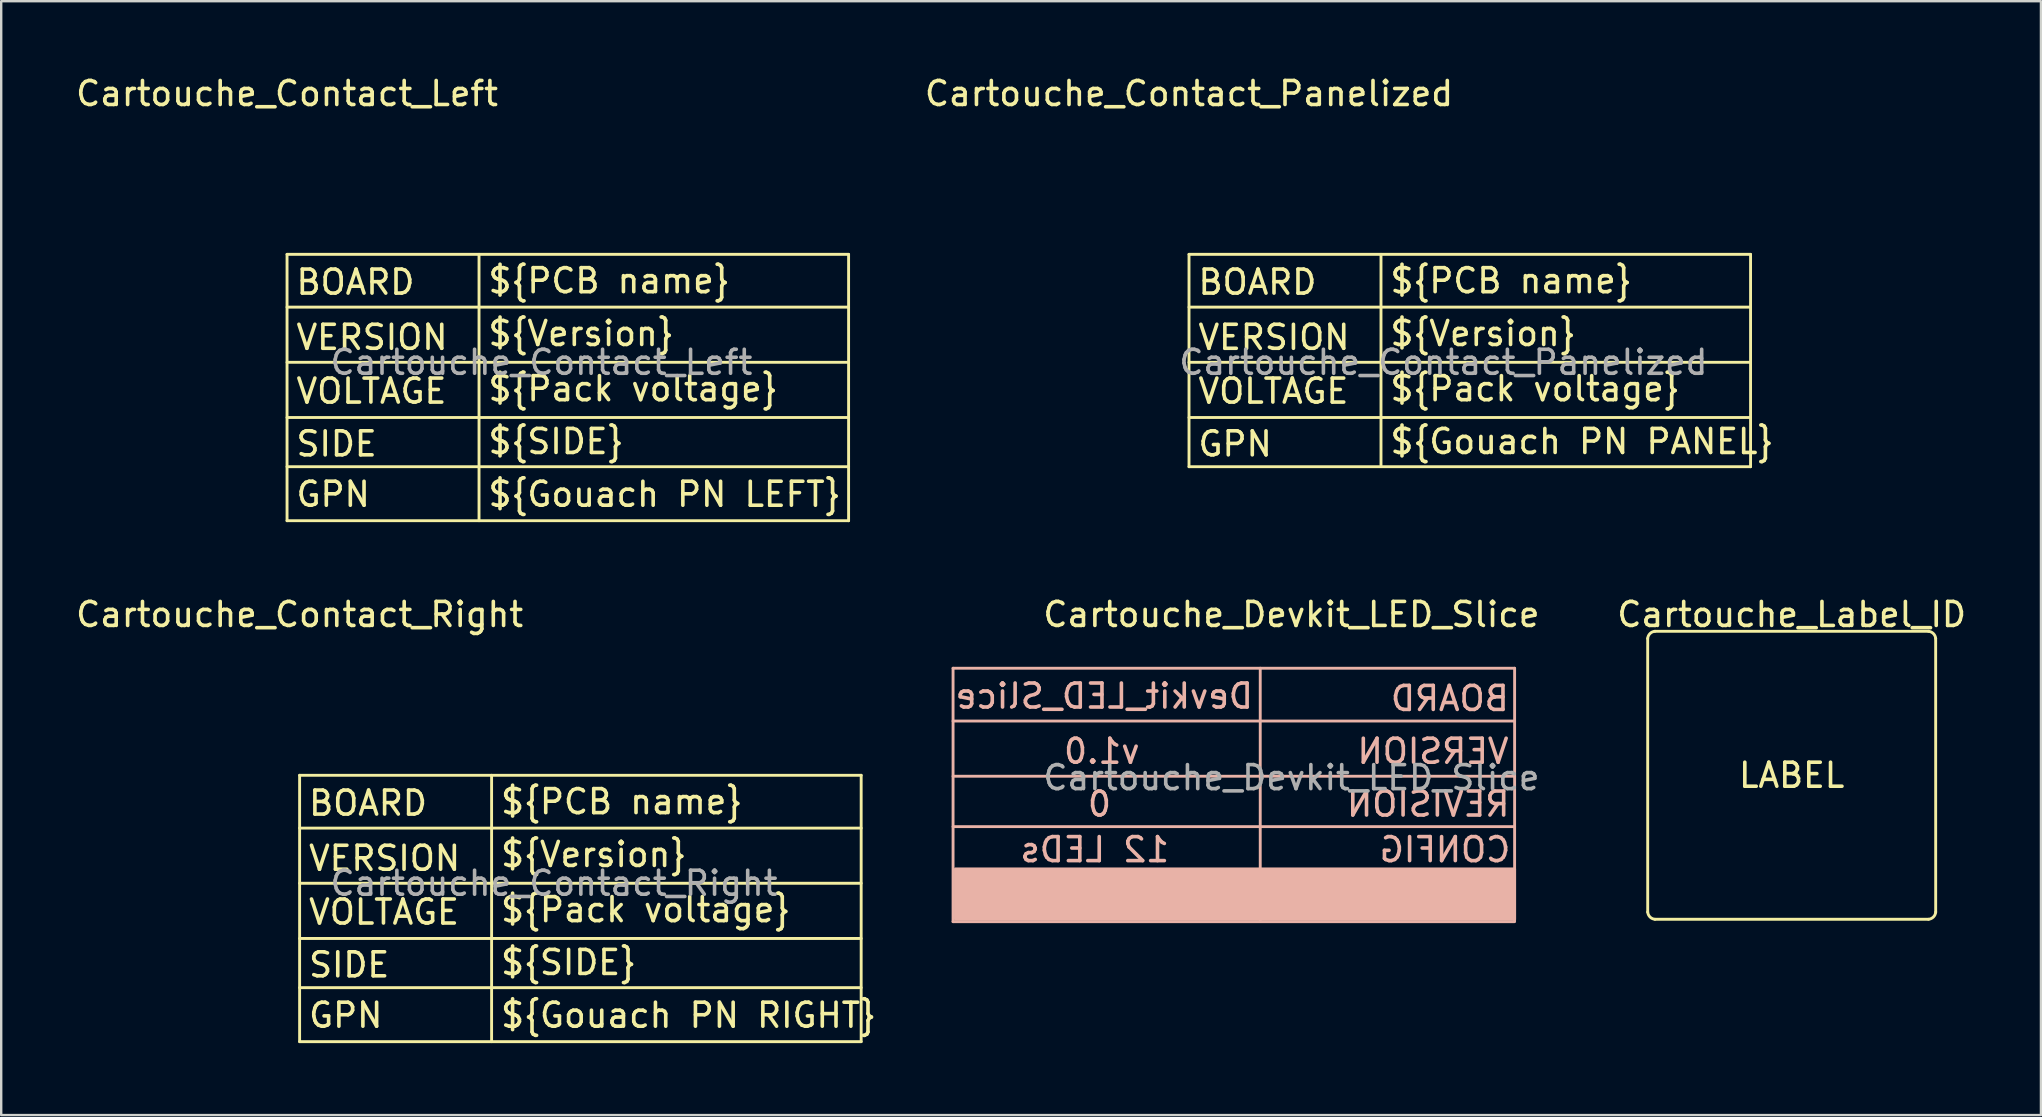
<source format=kicad_pcb>
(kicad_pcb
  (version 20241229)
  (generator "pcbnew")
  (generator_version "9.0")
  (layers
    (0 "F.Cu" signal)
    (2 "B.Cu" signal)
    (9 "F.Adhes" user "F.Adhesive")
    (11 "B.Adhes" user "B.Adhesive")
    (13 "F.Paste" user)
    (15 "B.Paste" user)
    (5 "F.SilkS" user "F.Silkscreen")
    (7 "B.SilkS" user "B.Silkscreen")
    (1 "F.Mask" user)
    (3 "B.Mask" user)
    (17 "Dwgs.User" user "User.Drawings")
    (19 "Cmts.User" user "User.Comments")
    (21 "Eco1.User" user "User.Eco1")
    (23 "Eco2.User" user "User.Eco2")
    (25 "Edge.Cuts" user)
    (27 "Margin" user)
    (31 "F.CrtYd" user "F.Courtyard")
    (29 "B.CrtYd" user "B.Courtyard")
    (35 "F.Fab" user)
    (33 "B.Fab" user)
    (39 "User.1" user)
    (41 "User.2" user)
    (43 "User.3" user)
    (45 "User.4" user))
  (footprint "Cartouche_Label_ID"
    (layer "F.Cu")
    (at 71.609 29.256)
    (property "Reference" "Cartouche_Label_ID" (at 0 -6.7 0) (unlocked yes) (layer "F.SilkS") (effects (font (size 1 1) (thickness 0.15))))
    (attr smd)
    (fp_line (start -5.999 5.7) (end -6 -5.7) (stroke (width 0.12) (type solid)) (layer "F.SilkS"))
    (fp_line (start -5.699 6) (end 5.701 6) (stroke (width 0.12) (type solid)) (layer "F.SilkS"))
    (fp_line (start 5.7 -6) (end -5.699 -6) (stroke (width 0.12) (type solid)) (layer "F.SilkS"))
    (fp_line (start 6 -5.7) (end 6.001 5.7) (stroke (width 0.12) (type solid)) (layer "F.SilkS"))
    (fp_arc (start -6 -5.7) (mid -5.903896 -5.90485) (end -5.6986 -6) (stroke (width 0.12) (type solid)) (layer "F.SilkS"))
    (fp_arc (start -5.6986 6) (mid -5.903196 5.904596) (end -5.9986 5.7) (stroke (width 0.12) (type solid)) (layer "F.SilkS"))
    (fp_arc (start 5.7 -6) (mid 5.904596 -5.904596) (end 6 -5.7) (stroke (width 0.12) (type solid)) (layer "F.SilkS"))
    (fp_arc (start 6.0014 5.7) (mid 5.905996 5.904596) (end 5.7014 6) (stroke (width 0.12) (type solid)) (layer "F.SilkS"))
    (fp_text user "LABEL" (at 0 0 0) (unlocked yes) (layer "F.SilkS") (effects (font (size 1 1) (thickness 0.15)))))
  (footprint "Cartouche_Contact_Right"
    (layer "F.Cu")
    (at 9.435 29.256)
    (property "Reference" "Cartouche_Contact_Right" (at 0 -6.7 0) (unlocked yes) (layer "F.SilkS") (effects (font (size 1 1) (thickness 0.15))))
    (attr smd)
    (fp_line (start 0 11.1) (end 0 0) (stroke (width 0.12) (type solid)) (layer "F.SilkS"))
    (fp_line (start 8 11.1) (end 8 0) (stroke (width 0.12) (type solid)) (layer "F.SilkS"))
    (fp_line (start 23.4 0) (end 0 0) (stroke (width 0.12) (type solid)) (layer "F.SilkS"))
    (fp_line (start 23.4 2.2) (end 0 2.2) (stroke (width 0.12) (type solid)) (layer "F.SilkS"))
    (fp_line (start 23.4 4.5) (end 0 4.5) (stroke (width 0.12) (type solid)) (layer "F.SilkS"))
    (fp_line (start 23.4 6.8) (end 0 6.8) (stroke (width 0.12) (type solid)) (layer "F.SilkS"))
    (fp_line (start 23.4 8.85) (end 0 8.85) (stroke (width 0.12) (type solid)) (layer "F.SilkS"))
    (fp_line (start 23.4 11.1) (end 0 11.1) (stroke (width 0.12) (type solid)) (layer "F.SilkS"))
    (fp_line (start 23.4 11.1) (end 23.4 0) (stroke (width 0.12) (type solid)) (layer "F.SilkS"))
    (fp_text user "VERSION" (at 0.3 3.46 0) (unlocked yes) (layer "F.SilkS") (effects (font (size 1 1) (thickness 0.15)) (justify left)))
    (fp_text user "${PCB name}" (at 8.3 1.1 0) (unlocked yes) (layer "F.SilkS") (effects (font (size 1 1) (thickness 0.15)) (justify left)))
    (fp_text user "${Gouach PN RIGHT}" (at 8.3 10 0) (unlocked yes) (layer "F.SilkS") (effects (font (size 1 1) (thickness 0.15)) (justify left)))
    (fp_text user "${Pack voltage}" (at 8.3 5.6 0) (unlocked yes) (layer "F.SilkS") (effects (font (size 1 1) (thickness 0.15)) (justify left)))
    (fp_text user "VOLTAGE" (at 0.3 5.7 0) (unlocked yes) (layer "F.SilkS") (effects (font (size 1 1) (thickness 0.15)) (justify left)))
    (fp_text user "${Version}" (at 8.3 3.3 0) (unlocked yes) (layer "F.SilkS") (effects (font (size 1 1) (thickness 0.15)) (justify left)))
    (fp_text user "BOARD" (at 0.3 1.16 0) (unlocked yes) (layer "F.SilkS") (effects (font (size 1 1) (thickness 0.15)) (justify left)))
    (fp_text user "${SIDE}" (at 8.3 7.8 0) (unlocked yes) (layer "F.SilkS") (effects (font (size 1 1) (thickness 0.15)) (justify left)))
    (fp_text user "SIDE" (at 0.3 7.9 0) (unlocked yes) (layer "F.SilkS") (effects (font (size 1 1) (thickness 0.15)) (justify left)))
    (fp_text user "GPN" (at 0.3 10 0) (unlocked yes) (layer "F.SilkS") (effects (font (size 1 1) (thickness 0.15)) (justify left)))
    (fp_text user "${REFERENCE}" (at 10.6 4.5 0) (unlocked yes) (layer "F.Fab") (effects (font (size 1 1) (thickness 0.15)))))
  (footprint "Cartouche_Contact_Left"
    (layer "F.Cu")
    (at 8.911 7.548)
    (property "Reference" "Cartouche_Contact_Left" (at 0 -6.7 0) (unlocked yes) (layer "F.SilkS") (effects (font (size 1 1) (thickness 0.15))))
    (attr smd)
    (fp_line (start 0 11.1) (end 0 0) (stroke (width 0.12) (type solid)) (layer "F.SilkS"))
    (fp_line (start 8 11.1) (end 8 0) (stroke (width 0.12) (type solid)) (layer "F.SilkS"))
    (fp_line (start 23.4 0) (end 0 0) (stroke (width 0.12) (type solid)) (layer "F.SilkS"))
    (fp_line (start 23.4 2.2) (end 0 2.2) (stroke (width 0.12) (type solid)) (layer "F.SilkS"))
    (fp_line (start 23.4 4.5) (end 0 4.5) (stroke (width 0.12) (type solid)) (layer "F.SilkS"))
    (fp_line (start 23.4 6.8) (end 0 6.8) (stroke (width 0.12) (type solid)) (layer "F.SilkS"))
    (fp_line (start 23.4 8.85) (end 0 8.85) (stroke (width 0.12) (type solid)) (layer "F.SilkS"))
    (fp_line (start 23.4 11.1) (end 0 11.1) (stroke (width 0.12) (type solid)) (layer "F.SilkS"))
    (fp_line (start 23.4 11.1) (end 23.4 0) (stroke (width 0.12) (type solid)) (layer "F.SilkS"))
    (fp_text user "BOARD" (at 0.3 1.16 0) (unlocked yes) (layer "F.SilkS") (effects (font (size 1 1) (thickness 0.15)) (justify left)))
    (fp_text user "${Version}" (at 8.3 3.3 0) (unlocked yes) (layer "F.SilkS") (effects (font (size 1 1) (thickness 0.15)) (justify left)))
    (fp_text user "${SIDE}" (at 8.3 7.8 0) (unlocked yes) (layer "F.SilkS") (effects (font (size 1 1) (thickness 0.15)) (justify left)))
    (fp_text user "VOLTAGE" (at 0.3 5.7 0) (unlocked yes) (layer "F.SilkS") (effects (font (size 1 1) (thickness 0.15)) (justify left)))
    (fp_text user "SIDE" (at 0.3 7.9 0) (unlocked yes) (layer "F.SilkS") (effects (font (size 1 1) (thickness 0.15)) (justify left)))
    (fp_text user "${Gouach PN LEFT}" (at 8.3 10 0) (unlocked yes) (layer "F.SilkS") (effects (font (size 1 1) (thickness 0.15)) (justify left)))
    (fp_text user "${Pack voltage}" (at 8.3 5.6 0) (unlocked yes) (layer "F.SilkS") (effects (font (size 1 1) (thickness 0.15)) (justify left)))
    (fp_text user "VERSION" (at 0.3 3.46 0) (unlocked yes) (layer "F.SilkS") (effects (font (size 1 1) (thickness 0.15)) (justify left)))
    (fp_text user "${PCB name}" (at 8.3 1.1 0) (unlocked yes) (layer "F.SilkS") (effects (font (size 1 1) (thickness 0.15)) (justify left)))
    (fp_text user "GPN" (at 0.3 10 0) (unlocked yes) (layer "F.SilkS") (effects (font (size 1 1) (thickness 0.15)) (justify left)))
    (fp_text user "${REFERENCE}" (at 10.6 4.5 0) (unlocked yes) (layer "F.Fab") (effects (font (size 1 1) (thickness 0.15)))))
  (footprint "Cartouche_Contact_Panelized"
    (layer "F.Cu")
    (at 46.496 7.548)
    (property "Reference" "Cartouche_Contact_Panelized" (at 0 -6.7 0) (unlocked yes) (layer "F.SilkS") (effects (font (size 1 1) (thickness 0.15))))
    (attr smd)
    (fp_line (start 0 8.85) (end 0 0) (stroke (width 0.12) (type solid)) (layer "F.SilkS"))
    (fp_line (start 8 8.8) (end 8 0) (stroke (width 0.12) (type solid)) (layer "F.SilkS"))
    (fp_line (start 23.4 0) (end 0 0) (stroke (width 0.12) (type solid)) (layer "F.SilkS"))
    (fp_line (start 23.4 2.2) (end 0 2.2) (stroke (width 0.12) (type solid)) (layer "F.SilkS"))
    (fp_line (start 23.4 4.5) (end 0 4.5) (stroke (width 0.12) (type solid)) (layer "F.SilkS"))
    (fp_line (start 23.4 6.8) (end 0 6.8) (stroke (width 0.12) (type solid)) (layer "F.SilkS"))
    (fp_line (start 23.4 8.85) (end 0 8.85) (stroke (width 0.12) (type solid)) (layer "F.SilkS"))
    (fp_line (start 23.4 8.85) (end 23.4 0) (stroke (width 0.12) (type solid)) (layer "F.SilkS"))
    (fp_text user "VERSION" (at 0.3 3.46 0) (unlocked yes) (layer "F.SilkS") (effects (font (size 1 1) (thickness 0.15)) (justify left)))
    (fp_text user "BOARD" (at 0.3 1.16 0) (unlocked yes) (layer "F.SilkS") (effects (font (size 1 1) (thickness 0.15)) (justify left)))
    (fp_text user "${Gouach PN PANEL}" (at 8.3 7.8 0) (unlocked yes) (layer "F.SilkS") (effects (font (size 1 1) (thickness 0.15)) (justify left)))
    (fp_text user "VOLTAGE" (at 0.3 5.7 0) (unlocked yes) (layer "F.SilkS") (effects (font (size 1 1) (thickness 0.15)) (justify left)))
    (fp_text user "${PCB name}" (at 8.3 1.1 0) (unlocked yes) (layer "F.SilkS") (effects (font (size 1 1) (thickness 0.15)) (justify left)))
    (fp_text user "${Pack voltage}" (at 8.3 5.6 0) (unlocked yes) (layer "F.SilkS") (effects (font (size 1 1) (thickness 0.15)) (justify left)))
    (fp_text user "${Version}" (at 8.3 3.3 0) (unlocked yes) (layer "F.SilkS") (effects (font (size 1 1) (thickness 0.15)) (justify left)))
    (fp_text user "GPN" (at 0.3 7.9 0) (unlocked yes) (layer "F.SilkS") (effects (font (size 1 1) (thickness 0.15)) (justify left)))
    (fp_text user "${REFERENCE}" (at 10.6 4.5 0) (unlocked yes) (layer "F.Fab") (effects (font (size 1 1) (thickness 0.15)))))
  (footprint "Cartouche_Devkit_LED_Slice"
    (layer "F.Cu")
    (at 50.764 29.256)
    (property "Reference" "Cartouche_Devkit_LED_Slice" (at 0 -6.7 0) (unlocked yes) (layer "F.SilkS") (effects (font (size 1 1) (thickness 0.15))))
    (attr smd)
    (fp_line (start -14.1 -4.46) (end 9.3 -4.46) (stroke (width 0.12) (type solid)) (layer "B.SilkS"))
    (fp_line (start -14.1 -2.26) (end 9.3 -2.26) (stroke (width 0.12) (type solid)) (layer "B.SilkS"))
    (fp_line (start -14.1 0.04) (end 9.3 0.04) (stroke (width 0.12) (type solid)) (layer "B.SilkS"))
    (fp_line (start -14.1 2.14) (end 9.3 2.14) (stroke (width 0.12) (type solid)) (layer "B.SilkS"))
    (fp_line (start -14.1 6.1) (end -14.1 -4.46) (stroke (width 0.12) (type solid)) (layer "B.SilkS"))
    (fp_line (start -14.1 6.1) (end 9.3 6.1) (stroke (width 0.12) (type solid)) (layer "B.SilkS"))
    (fp_line (start -11.6 3.94) (end 9.3 3.94) (stroke (width 0.12) (type solid)) (layer "B.SilkS"))
    (fp_line (start -1.3 6.04) (end -1.3 -4.46) (stroke (width 0.12) (type solid)) (layer "B.SilkS"))
    (fp_line (start 9.3 6.04) (end 9.3 -4.46) (stroke (width 0.12) (type solid)) (layer "B.SilkS"))
    (fp_rect (start -14 3.9) (end 9.3 6) (stroke (width 0.12) (type solid)) (fill yes) (layer "B.SilkS"))
    (fp_text user "v1.0" (at -7.9 -1 0) (layer "B.SilkS") (effects (font (size 1 1) (thickness 0.15)) (justify mirror)))
    (fp_text user "REVISION" (at 5.7 1.2 0) (layer "B.SilkS") (effects (font (size 1 1) (thickness 0.15)) (justify mirror)))
    (fp_text user "12 LEDs" (at -8.2 3.1 0) (layer "B.SilkS") (effects (font (size 1 1) (thickness 0.15)) (justify mirror)))
    (fp_text user "0" (at -8 1.2 0) (layer "B.SilkS") (effects (font (size 1 1) (thickness 0.15)) (justify mirror)))
    (fp_text user "VERSION" (at 5.9 -1 0) (layer "B.SilkS") (effects (font (size 1 1) (thickness 0.15)) (justify mirror)))
    (fp_text user "CONFIG" (at 6.4 3.1 0) (layer "B.SilkS") (effects (font (size 1 1) (thickness 0.15)) (justify mirror)))
    (fp_text user "BOARD" (at 6.6 -3.2 0) (layer "B.SilkS") (effects (font (size 1 1) (thickness 0.15)) (justify mirror)))
    (fp_text user "Devkit_LED_Slice" (at -7.8 -3.3 0) (layer "B.SilkS") (effects (font (size 1 1) (thickness 0.15)) (justify mirror)))
    (fp_text user "${REFERENCE}" (at 0 0.1 0) (unlocked yes) (layer "F.Fab") (effects (font (size 1 1) (thickness 0.15)))))
  (gr_rect
    (start -3 -3)
    (end 81.996 43.416)
    (stroke (width 0.1) (type default))
    (fill no)
    (layer "Edge.Cuts")))
</source>
